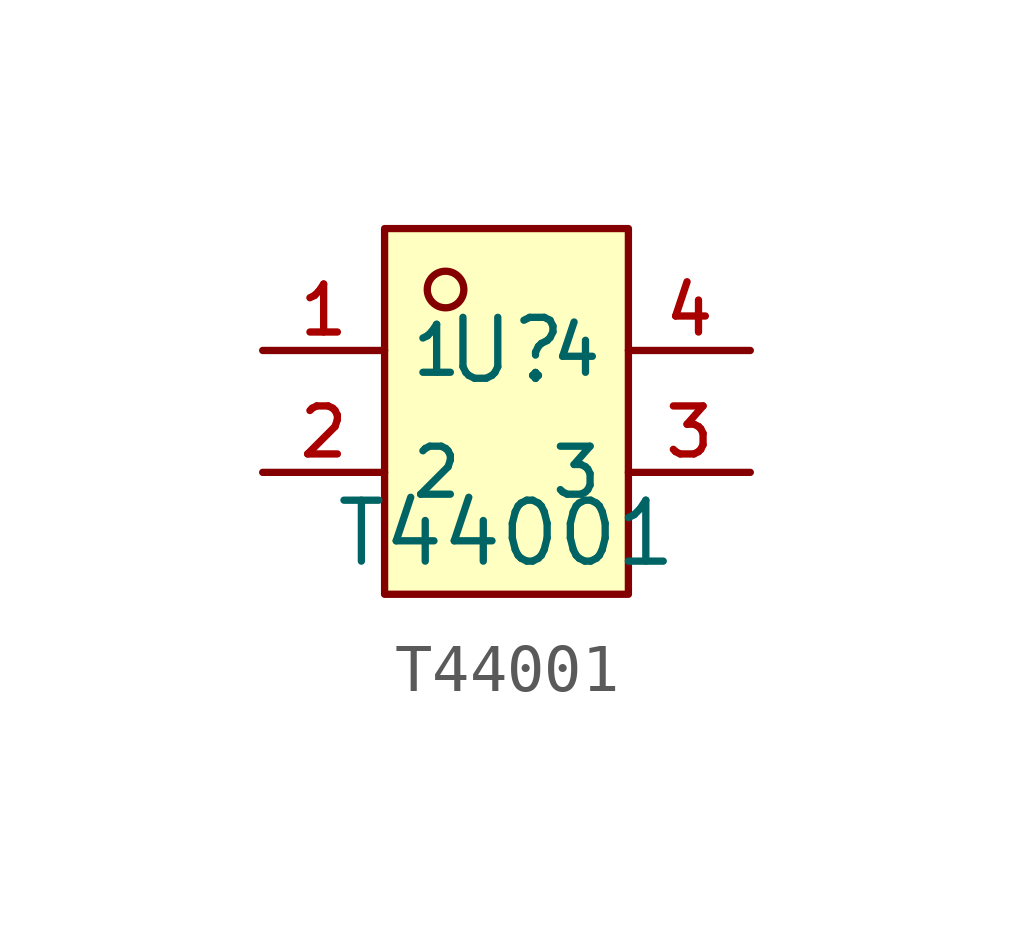
<source format=kicad_sym>
(kicad_symbol_lib
  (version 20210201)
  (generator TousstNicolas/JLC2KiCad_lib)
  (symbol "T44001"
    (property "Reference" "U"
      (at 0 1.27 0)
      (effects (font (size 1.27 1.27))))
    (property "Value" "T44001"
      (at 0 -2.54 0)
      (effects (font (size 1.27 1.27))))
    (symbol "T44001_0_1"
      (rectangle (start -2.54 3.81) (end 2.54 -3.81) (stroke (width 0) (type default) (color 0 0 0 0)) (fill (type background)))
      (circle (center -1.27 2.54) (radius 0.381) (stroke (width 0) (type default) (color 0 0 0 0)) (fill (type background)))
      (pin unspecified line (at -5.08 1.27 0) (length 2.54) (name "1" (effects (font (size 1 1)))) (number "1" (effects (font (size 1 1)))))
      (pin unspecified line (at -5.08 -1.27 0) (length 2.54) (name "2" (effects (font (size 1 1)))) (number "2" (effects (font (size 1 1)))))
      (pin unspecified line (at 5.08 -1.27 180) (length 2.54) (name "3" (effects (font (size 1 1)))) (number "3" (effects (font (size 1 1)))))
      (pin unspecified line (at 5.08 1.27 180) (length 2.54) (name "4" (effects (font (size 1 1)))) (number "4" (effects (font (size 1 1))))))))
</source>
